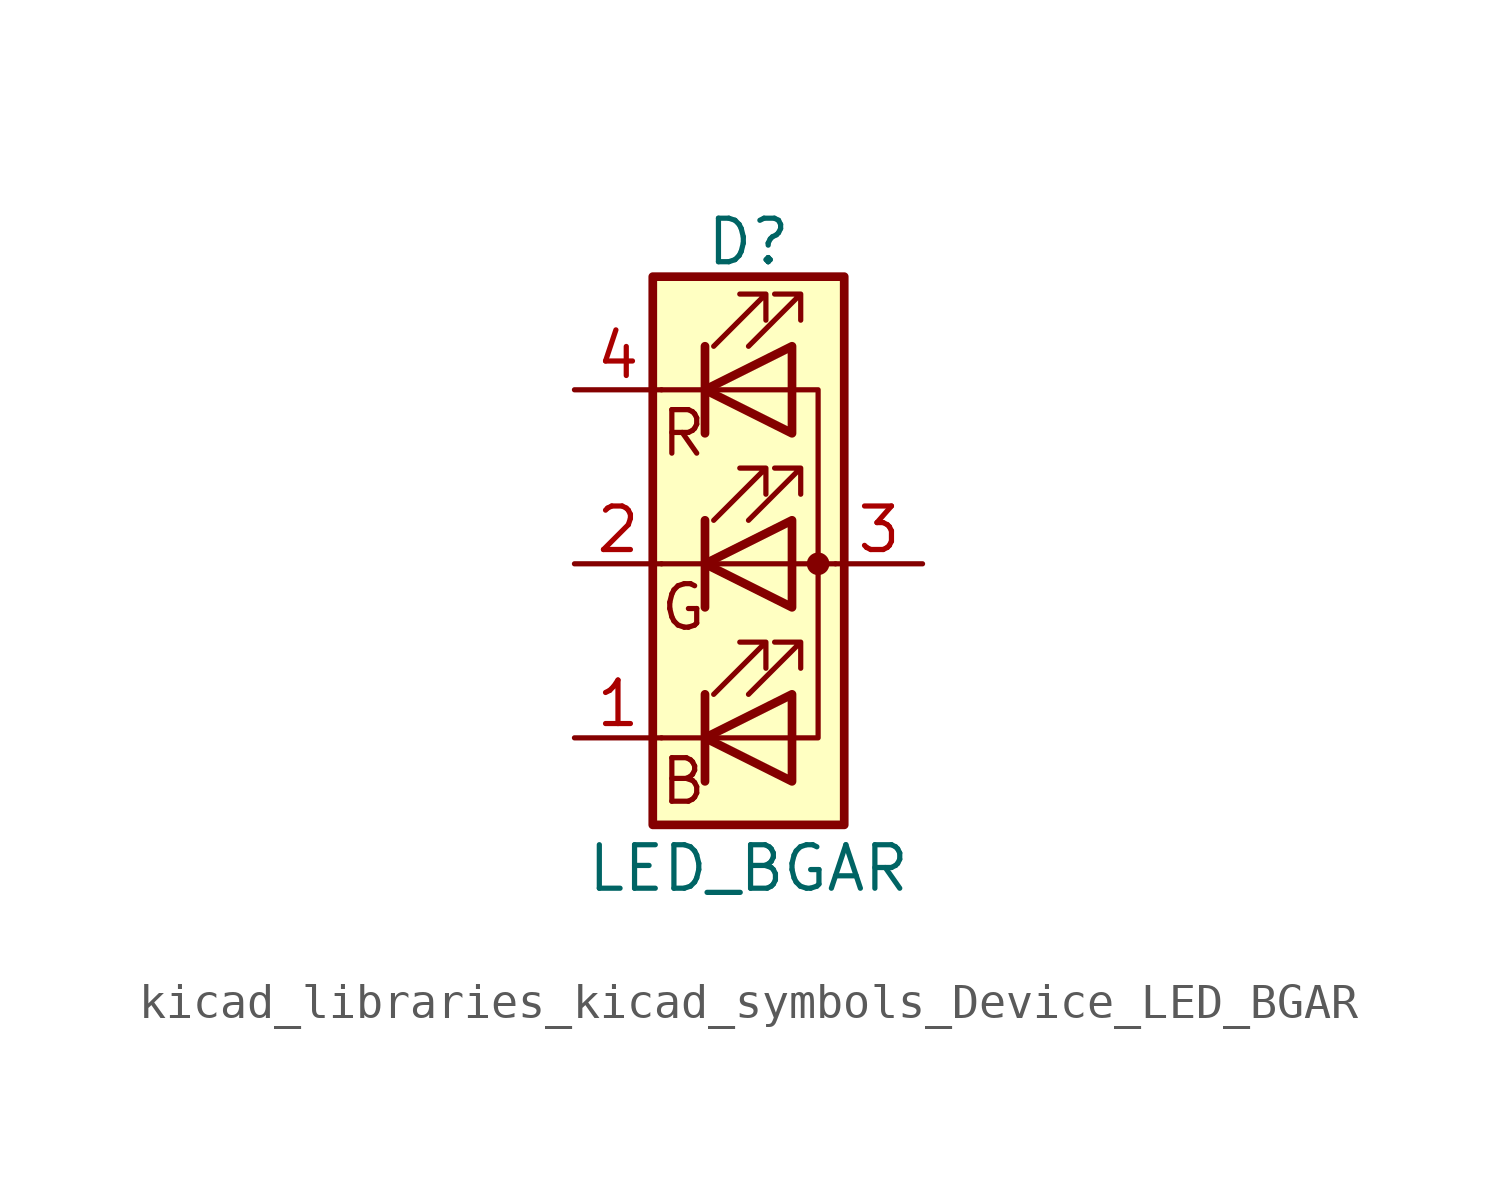
<source format=kicad_sym>
(kicad_symbol_lib
  (version 20220914)
  (generator kicad_symbol_editor)
  (symbol "kicad_libraries_kicad_symbols_Device_LED_BGAR"
    (pin_names
      (offset 0) hide)
    (property "Reference" "D"
      (at 0 9.398 0)
      (effects (font (size 1.27 1.27))))
    (property "Value" "LED_BGAR"
      (at 0 -8.89 0)
      (effects (font (size 1.27 1.27))))
    (symbol "kicad_libraries_kicad_symbols_Device_LED_BGAR_0_0"
      (text "B" (at -1.905 -6.35 0) (effects (font (size 1.27 1.27))))
      (text "G" (at -1.905 -1.27 0) (effects (font (size 1.27 1.27))))
      (text "R" (at -1.905 3.81 0) (effects (font (size 1.27 1.27)))))
    (symbol "kicad_libraries_kicad_symbols_Device_LED_BGAR_0_1"
      (polyline (pts (xy -1.27 -5.08) (xy -2.54 -5.08)) (stroke (width 0) (type default)) (fill (type none)))
      (polyline (pts (xy -1.27 -5.08) (xy 1.27 -5.08)) (stroke (width 0) (type default)) (fill (type none)))
      (polyline (pts (xy -1.27 -3.81) (xy -1.27 -6.35)) (stroke (width 0.254) (type default)) (fill (type none)))
      (polyline (pts (xy -1.27 0) (xy -2.54 0)) (stroke (width 0) (type default)) (fill (type none)))
      (polyline (pts (xy -1.27 1.27) (xy -1.27 -1.27)) (stroke (width 0.254) (type default)) (fill (type none)))
      (polyline (pts (xy -1.27 5.08) (xy -2.54 5.08)) (stroke (width 0) (type default)) (fill (type none)))
      (polyline (pts (xy -1.27 5.08) (xy 1.27 5.08)) (stroke (width 0) (type default)) (fill (type none)))
      (polyline (pts (xy -1.27 6.35) (xy -1.27 3.81)) (stroke (width 0.254) (type default)) (fill (type none)))
      (polyline (pts (xy 1.27 0) (xy -1.27 0)) (stroke (width 0) (type default)) (fill (type none)))
      (polyline (pts (xy 1.27 0) (xy 2.54 0)) (stroke (width 0) (type default)) (fill (type none)))
      (polyline (pts (xy -1.27 1.27) (xy -1.27 -1.27) (xy -1.27 -1.27)) (stroke (width 0) (type default)) (fill (type none)))
      (polyline (pts (xy -1.27 6.35) (xy -1.27 3.81) (xy -1.27 3.81)) (stroke (width 0) (type default)) (fill (type none)))
      (polyline (pts (xy 1.27 -5.08) (xy 2.032 -5.08) (xy 2.032 5.08) (xy 1.27 5.08)) (stroke (width 0) (type default)) (fill (type none)))
      (polyline (pts (xy 1.27 -3.81) (xy 1.27 -6.35) (xy -1.27 -5.08) (xy 1.27 -3.81)) (stroke (width 0.254) (type default)) (fill (type none)))
      (polyline (pts (xy 1.27 1.27) (xy 1.27 -1.27) (xy -1.27 0) (xy 1.27 1.27)) (stroke (width 0.254) (type default)) (fill (type none)))
      (polyline (pts (xy 1.27 6.35) (xy 1.27 3.81) (xy -1.27 5.08) (xy 1.27 6.35)) (stroke (width 0.254) (type default)) (fill (type none)))
      (polyline (pts (xy -1.016 -3.81) (xy 0.508 -2.286) (xy -0.254 -2.286) (xy 0.508 -2.286) (xy 0.508 -3.048)) (stroke (width 0) (type default)) (fill (type none)))
      (polyline (pts (xy -1.016 1.27) (xy 0.508 2.794) (xy -0.254 2.794) (xy 0.508 2.794) (xy 0.508 2.032)) (stroke (width 0) (type default)) (fill (type none)))
      (polyline (pts (xy -1.016 6.35) (xy 0.508 7.874) (xy -0.254 7.874) (xy 0.508 7.874) (xy 0.508 7.112)) (stroke (width 0) (type default)) (fill (type none)))
      (polyline (pts (xy 0 -3.81) (xy 1.524 -2.286) (xy 0.762 -2.286) (xy 1.524 -2.286) (xy 1.524 -3.048)) (stroke (width 0) (type default)) (fill (type none)))
      (polyline (pts (xy 0 1.27) (xy 1.524 2.794) (xy 0.762 2.794) (xy 1.524 2.794) (xy 1.524 2.032)) (stroke (width 0) (type default)) (fill (type none)))
      (polyline (pts (xy 0 6.35) (xy 1.524 7.874) (xy 0.762 7.874) (xy 1.524 7.874) (xy 1.524 7.112)) (stroke (width 0) (type default)) (fill (type none)))
      (rectangle (start 1.27 -1.27) (end 1.27 1.27) (stroke (width 0) (type default)) (fill (type none)))
      (rectangle (start 1.27 1.27) (end 1.27 1.27) (stroke (width 0) (type default)) (fill (type none)))
      (rectangle (start 1.27 3.81) (end 1.27 6.35) (stroke (width 0) (type default)) (fill (type none)))
      (rectangle (start 1.27 6.35) (end 1.27 6.35) (stroke (width 0) (type default)) (fill (type none)))
      (circle (center 2.032 0) (radius 0.254) (stroke (width 0) (type default)) (fill (type outline)))
      (rectangle (start 2.794 8.382) (end -2.794 -7.62) (stroke (width 0.254) (type default)) (fill (type background))))
    (symbol "kicad_libraries_kicad_symbols_Device_LED_BGAR_1_1"
      (pin passive line (at -5.08 -5.08 0) (length 2.54) (name "BK" (effects (font (size 1.27 1.27)))) (number "1" (effects (font (size 1.27 1.27)))))
      (pin passive line (at -5.08 0 0) (length 2.54) (name "GK" (effects (font (size 1.27 1.27)))) (number "2" (effects (font (size 1.27 1.27)))))
      (pin passive line (at 5.08 0 180) (length 2.54) (name "A" (effects (font (size 1.27 1.27)))) (number "3" (effects (font (size 1.27 1.27)))))
      (pin passive line (at -5.08 5.08 0) (length 2.54) (name "RK" (effects (font (size 1.27 1.27)))) (number "4" (effects (font (size 1.27 1.27))))))))
</source>
